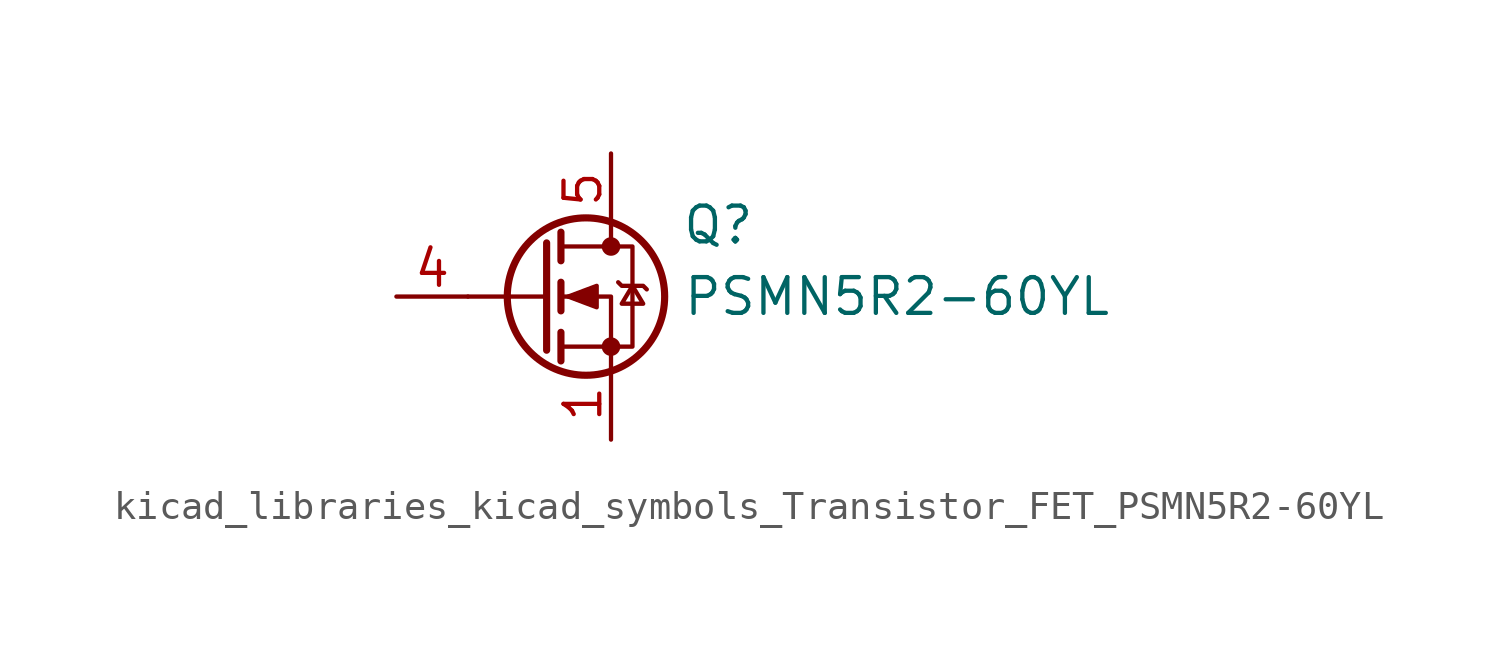
<source format=kicad_sym>
(kicad_symbol_lib
  (version 20220914)
  (generator kicad_symbol_editor)
  (symbol "kicad_libraries_kicad_symbols_Transistor_FET_PSMN5R2-60YL"
    (pin_names hide)
    (property "Reference" "Q"
      (at 6.35 2.54 0)
      (effects (font (size 1.27 1.27))))
    (property "Value" "PSMN5R2-60YL"
      (at 12.7 0 0)
      (effects (font (size 1.27 1.27))))
    (symbol "kicad_libraries_kicad_symbols_Transistor_FET_PSMN5R2-60YL_0_1"
      (polyline (pts (xy 0.254 0) (xy -2.54 0)) (stroke (width 0) (type default)) (fill (type none)))
      (polyline (pts (xy 0.254 1.905) (xy 0.254 -1.905)) (stroke (width 0.254) (type default)) (fill (type none)))
      (polyline (pts (xy 0.762 -1.27) (xy 0.762 -2.286)) (stroke (width 0.254) (type default)) (fill (type none)))
      (polyline (pts (xy 0.762 0.508) (xy 0.762 -0.508)) (stroke (width 0.254) (type default)) (fill (type none)))
      (polyline (pts (xy 0.762 2.286) (xy 0.762 1.27)) (stroke (width 0.254) (type default)) (fill (type none)))
      (polyline (pts (xy 2.54 2.54) (xy 2.54 1.778)) (stroke (width 0) (type default)) (fill (type none)))
      (polyline (pts (xy 2.54 -2.54) (xy 2.54 0) (xy 0.762 0)) (stroke (width 0) (type default)) (fill (type none)))
      (polyline (pts (xy 0.762 -1.778) (xy 3.302 -1.778) (xy 3.302 1.778) (xy 0.762 1.778)) (stroke (width 0) (type default)) (fill (type none)))
      (polyline (pts (xy 1.016 0) (xy 2.032 0.381) (xy 2.032 -0.381) (xy 1.016 0)) (stroke (width 0) (type default)) (fill (type outline)))
      (polyline (pts (xy 2.794 0.508) (xy 2.921 0.381) (xy 3.683 0.381) (xy 3.81 0.254)) (stroke (width 0) (type default)) (fill (type none)))
      (polyline (pts (xy 3.302 0.381) (xy 2.921 -0.254) (xy 3.683 -0.254) (xy 3.302 0.381)) (stroke (width 0) (type default)) (fill (type none)))
      (circle (center 1.651 0) (radius 2.794) (stroke (width 0.254) (type default)) (fill (type none)))
      (circle (center 2.54 -1.778) (radius 0.254) (stroke (width 0) (type default)) (fill (type outline)))
      (circle (center 2.54 1.778) (radius 0.254) (stroke (width 0) (type default)) (fill (type outline))))
    (symbol "kicad_libraries_kicad_symbols_Transistor_FET_PSMN5R2-60YL_1_1"
      (pin passive line (at 2.54 -5.08 90) (length 2.54) (name "S" (effects (font (size 1.27 1.27)))) (number "1" (effects (font (size 1.27 1.27)))))
      (pin passive line (at 2.54 -5.08 90) (length 2.54) hide (name "S" (effects (font (size 1.27 1.27)))) (number "2" (effects (font (size 1.27 1.27)))))
      (pin passive line (at 2.54 -5.08 90) (length 2.54) hide (name "S" (effects (font (size 1.27 1.27)))) (number "3" (effects (font (size 1.27 1.27)))))
      (pin passive line (at -5.08 0 0) (length 2.54) (name "G" (effects (font (size 1.27 1.27)))) (number "4" (effects (font (size 1.27 1.27)))))
      (pin passive line (at 2.54 5.08 270) (length 2.54) (name "D" (effects (font (size 1.27 1.27)))) (number "5" (effects (font (size 1.27 1.27))))))))
</source>
